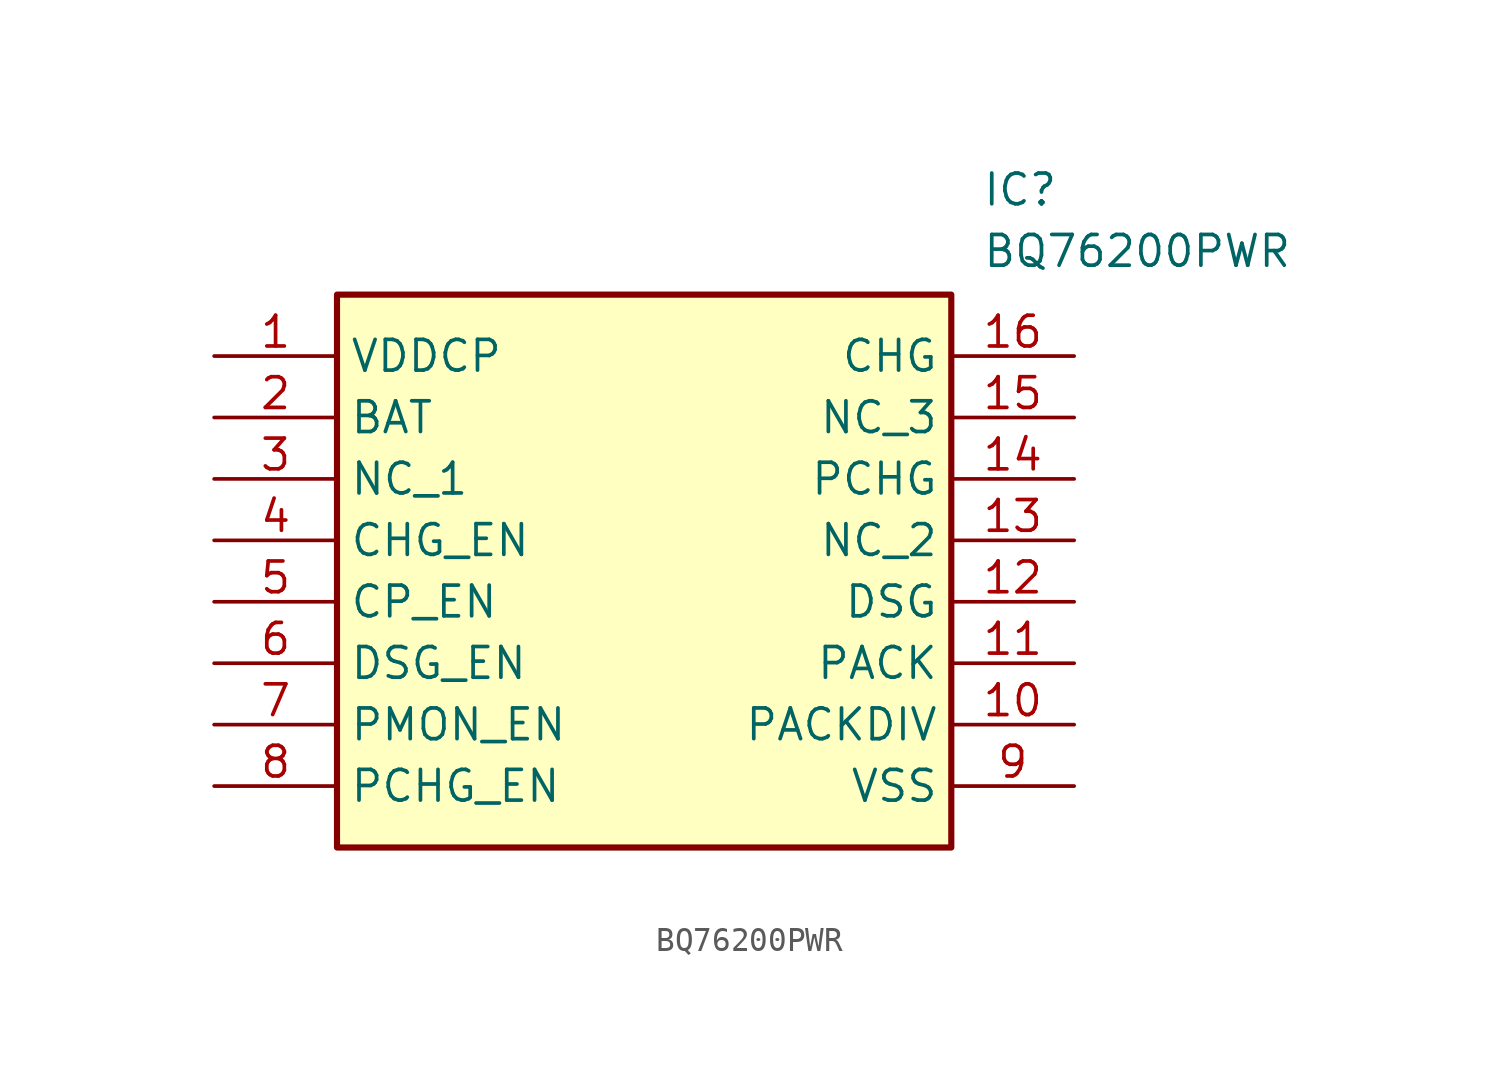
<source format=kicad_sym>
(kicad_symbol_lib
  (version 20211014)
  (generator SamacSys_ECAD_Model)
  (symbol "BQ76200PWR"
    (property "Reference" "IC"
      (at 31.75 7.62 0)
      (effects (font (size 1.27 1.27)) (justify left top)))
    (property "Value" "BQ76200PWR"
      (at 31.75 5.08 0)
      (effects (font (size 1.27 1.27)) (justify left top)))
    (rectangle
      (start 5.08 2.54)
      (end 30.48 -20.32)
      (stroke (width 0.254) (type default))
      (fill (type background)))
    (pin passive line
      (at 0 0 0)
      (length 5.08)
      (name "VDDCP" (effects (font (size 1.27 1.27))))
      (number "1" (effects (font (size 1.27 1.27)))))
    (pin passive line
      (at 0 -2.54 0)
      (length 5.08)
      (name "BAT" (effects (font (size 1.27 1.27))))
      (number "2" (effects (font (size 1.27 1.27)))))
    (pin passive line
      (at 0 -5.08 0)
      (length 5.08)
      (name "NC_1" (effects (font (size 1.27 1.27))))
      (number "3" (effects (font (size 1.27 1.27)))))
    (pin passive line
      (at 0 -7.62 0)
      (length 5.08)
      (name "CHG_EN" (effects (font (size 1.27 1.27))))
      (number "4" (effects (font (size 1.27 1.27)))))
    (pin passive line
      (at 0 -10.16 0)
      (length 5.08)
      (name "CP_EN" (effects (font (size 1.27 1.27))))
      (number "5" (effects (font (size 1.27 1.27)))))
    (pin passive line
      (at 0 -12.7 0)
      (length 5.08)
      (name "DSG_EN" (effects (font (size 1.27 1.27))))
      (number "6" (effects (font (size 1.27 1.27)))))
    (pin passive line
      (at 0 -15.24 0)
      (length 5.08)
      (name "PMON_EN" (effects (font (size 1.27 1.27))))
      (number "7" (effects (font (size 1.27 1.27)))))
    (pin passive line
      (at 0 -17.78 0)
      (length 5.08)
      (name "PCHG_EN" (effects (font (size 1.27 1.27))))
      (number "8" (effects (font (size 1.27 1.27)))))
    (pin passive line
      (at 35.56 0 180)
      (length 5.08)
      (name "CHG" (effects (font (size 1.27 1.27))))
      (number "16" (effects (font (size 1.27 1.27)))))
    (pin passive line
      (at 35.56 -2.54 180)
      (length 5.08)
      (name "NC_3" (effects (font (size 1.27 1.27))))
      (number "15" (effects (font (size 1.27 1.27)))))
    (pin passive line
      (at 35.56 -5.08 180)
      (length 5.08)
      (name "PCHG" (effects (font (size 1.27 1.27))))
      (number "14" (effects (font (size 1.27 1.27)))))
    (pin passive line
      (at 35.56 -7.62 180)
      (length 5.08)
      (name "NC_2" (effects (font (size 1.27 1.27))))
      (number "13" (effects (font (size 1.27 1.27)))))
    (pin passive line
      (at 35.56 -10.16 180)
      (length 5.08)
      (name "DSG" (effects (font (size 1.27 1.27))))
      (number "12" (effects (font (size 1.27 1.27)))))
    (pin passive line
      (at 35.56 -12.7 180)
      (length 5.08)
      (name "PACK" (effects (font (size 1.27 1.27))))
      (number "11" (effects (font (size 1.27 1.27)))))
    (pin passive line
      (at 35.56 -15.24 180)
      (length 5.08)
      (name "PACKDIV" (effects (font (size 1.27 1.27))))
      (number "10" (effects (font (size 1.27 1.27)))))
    (pin passive line
      (at 35.56 -17.78 180)
      (length 5.08)
      (name "VSS" (effects (font (size 1.27 1.27))))
      (number "9" (effects (font (size 1.27 1.27)))))))
</source>
